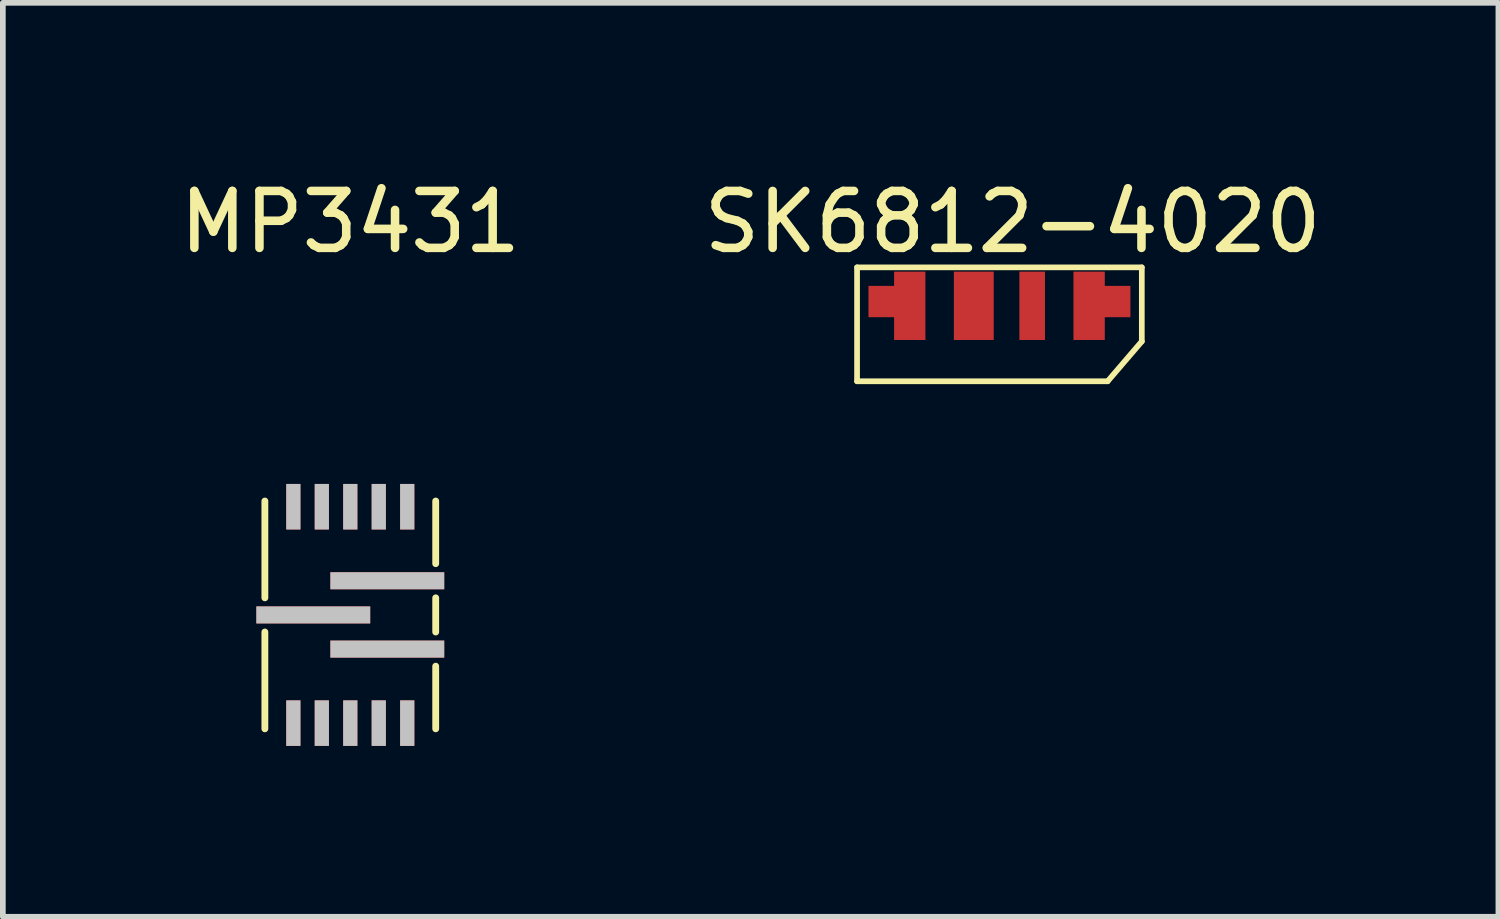
<source format=kicad_pcb>
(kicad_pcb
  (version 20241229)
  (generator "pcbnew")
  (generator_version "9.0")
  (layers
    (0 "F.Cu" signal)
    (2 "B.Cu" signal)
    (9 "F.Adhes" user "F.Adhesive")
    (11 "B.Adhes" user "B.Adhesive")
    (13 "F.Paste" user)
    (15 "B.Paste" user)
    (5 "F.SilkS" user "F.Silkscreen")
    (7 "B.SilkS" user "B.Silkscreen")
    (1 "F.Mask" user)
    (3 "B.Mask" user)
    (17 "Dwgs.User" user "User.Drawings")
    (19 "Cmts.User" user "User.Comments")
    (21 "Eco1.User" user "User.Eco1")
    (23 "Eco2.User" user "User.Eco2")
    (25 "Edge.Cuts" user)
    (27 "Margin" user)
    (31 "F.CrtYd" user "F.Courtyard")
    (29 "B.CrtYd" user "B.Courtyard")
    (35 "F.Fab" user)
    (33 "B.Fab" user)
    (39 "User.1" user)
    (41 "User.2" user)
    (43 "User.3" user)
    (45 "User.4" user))
  (footprint "MP3431"
    (layer "F.Cu")
    (at 3.101 7.748)
    (property "Reference" "MP3431" (at 0 -6.9 0) (unlocked yes) (layer "F.SilkS") (effects (font (size 1 1) (thickness 0.15))))
    (attr smd)
    (fp_line (start -1.5 -2) (end -1.5 -0.3) (stroke (width 0.12) (type solid)) (layer "F.SilkS"))
    (fp_line (start -1.5 2) (end -1.5 0.3) (stroke (width 0.12) (type solid)) (layer "F.SilkS"))
    (fp_line (start 1.5 -2) (end 1.5 -0.9) (stroke (width 0.12) (type solid)) (layer "F.SilkS"))
    (fp_line (start 1.5 -0.3) (end 1.5 0.3) (stroke (width 0.12) (type solid)) (layer "F.SilkS"))
    (fp_line (start 1.5 0.9) (end 1.5 2) (stroke (width 0.12) (type solid)) (layer "F.SilkS"))
    (pad "1" smd rect (at -0.65 0 270) (size 0.3 2) (layers "F.Cu" "F.Mask" "F.Paste" "Dwgs.User"))
    (pad "2" smd rect (at -1 1.9) (size 0.25 0.8) (layers "F.Cu" "F.Mask" "F.Paste" "Dwgs.User"))
    (pad "3" smd rect (at -0.5 1.9) (size 0.25 0.8) (layers "F.Cu" "F.Mask" "F.Paste" "Dwgs.User"))
    (pad "4" smd rect (at 0 1.9) (size 0.25 0.8) (layers "F.Cu" "F.Mask" "F.Paste" "Dwgs.User"))
    (pad "5" smd rect (at 0.5 1.9) (size 0.25 0.8) (layers "F.Cu" "F.Mask" "F.Paste" "Dwgs.User"))
    (pad "6" smd rect (at 1 1.9) (size 0.25 0.8) (layers "F.Cu" "F.Mask" "F.Paste" "Dwgs.User"))
    (pad "7" smd rect (at 0.65 0.6 270) (size 0.3 2) (layers "F.Cu" "F.Mask" "F.Paste" "Dwgs.User"))
    (pad "8" smd rect (at 0.65 -0.6 270) (size 0.3 2) (layers "F.Cu" "F.Mask" "F.Paste" "Dwgs.User"))
    (pad "9" smd rect (at 1 -1.9) (size 0.25 0.8) (layers "F.Cu" "F.Mask" "F.Paste" "Dwgs.User"))
    (pad "10" smd rect (at 0.5 -1.9) (size 0.25 0.8) (layers "F.Cu" "F.Mask" "F.Paste" "Dwgs.User"))
    (pad "11" smd rect (at 0 -1.9) (size 0.25 0.8) (layers "F.Cu" "F.Mask" "F.Paste" "Dwgs.User"))
    (pad "12" smd rect (at -0.5 -1.9) (size 0.25 0.8) (layers "F.Cu" "F.Mask" "F.Paste" "Dwgs.User"))
    (pad "13" smd rect (at -1 -1.9) (size 0.25 0.8) (layers "F.Cu" "F.Mask" "F.Paste" "Dwgs.User")))
  (footprint "SK6812-4020"
    (layer "F.Cu")
    (at 12.7 2.245)
    (property "Reference" "SK6812-4020" (at 2.032 -1.397 0) (layer "F.SilkS") (effects (font (size 1 1) (thickness 0.15))))
    (attr through_hole)
    (fp_line (start -0.7 -0.6) (end 4.3 -0.6) (stroke (width 0.1) (type solid)) (layer "F.SilkS"))
    (fp_line (start -0.7 1.4) (end -0.7 -0.6) (stroke (width 0.1) (type solid)) (layer "F.SilkS"))
    (fp_line (start 3.7 1.4) (end -0.7 1.4) (stroke (width 0.1) (type solid)) (layer "F.SilkS"))
    (fp_line (start 4.3 -0.6) (end 4.3 0.7) (stroke (width 0.1) (type solid)) (layer "F.SilkS"))
    (fp_line (start 4.3 0.7) (end 3.7 1.4) (stroke (width 0.1) (type solid)) (layer "F.SilkS"))
    (pad "1" smd custom (at 0 0) (size 1 0.55) (layers "F.Cu" "F.Mask" "F.Paste") (options (anchor rect)) (primitives (gr_poly (pts (xy -0.05 -0.525) (xy 0.5 -0.525) (xy 0.5 0.675) (xy -0.05 0.675)) (width 0) (fill yes))))
    (pad "2" smd rect (at 1.35 0) (size 0.7 1.2) (drill (offset 0 0.075)) (layers "F.Cu" "F.Mask" "F.Paste"))
    (pad "3" smd rect (at 2.375 0) (size 0.45 1.2) (drill (offset 0 0.075)) (layers "F.Cu" "F.Mask" "F.Paste"))
    (pad "4" smd custom (at 3.6 0) (size 1 0.55) (layers "F.Cu" "F.Mask" "F.Paste") (options (anchor rect)) (primitives (gr_poly (pts (xy 0.05 -0.525) (xy -0.5 -0.525) (xy -0.5 0.675) (xy 0.05 0.675)) (width 0) (fill yes)))))
  (gr_rect
    (start -3 -3)
    (end 23.262 13.048)
    (stroke (width 0.1) (type default))
    (fill no)
    (layer "Edge.Cuts")))
</source>
